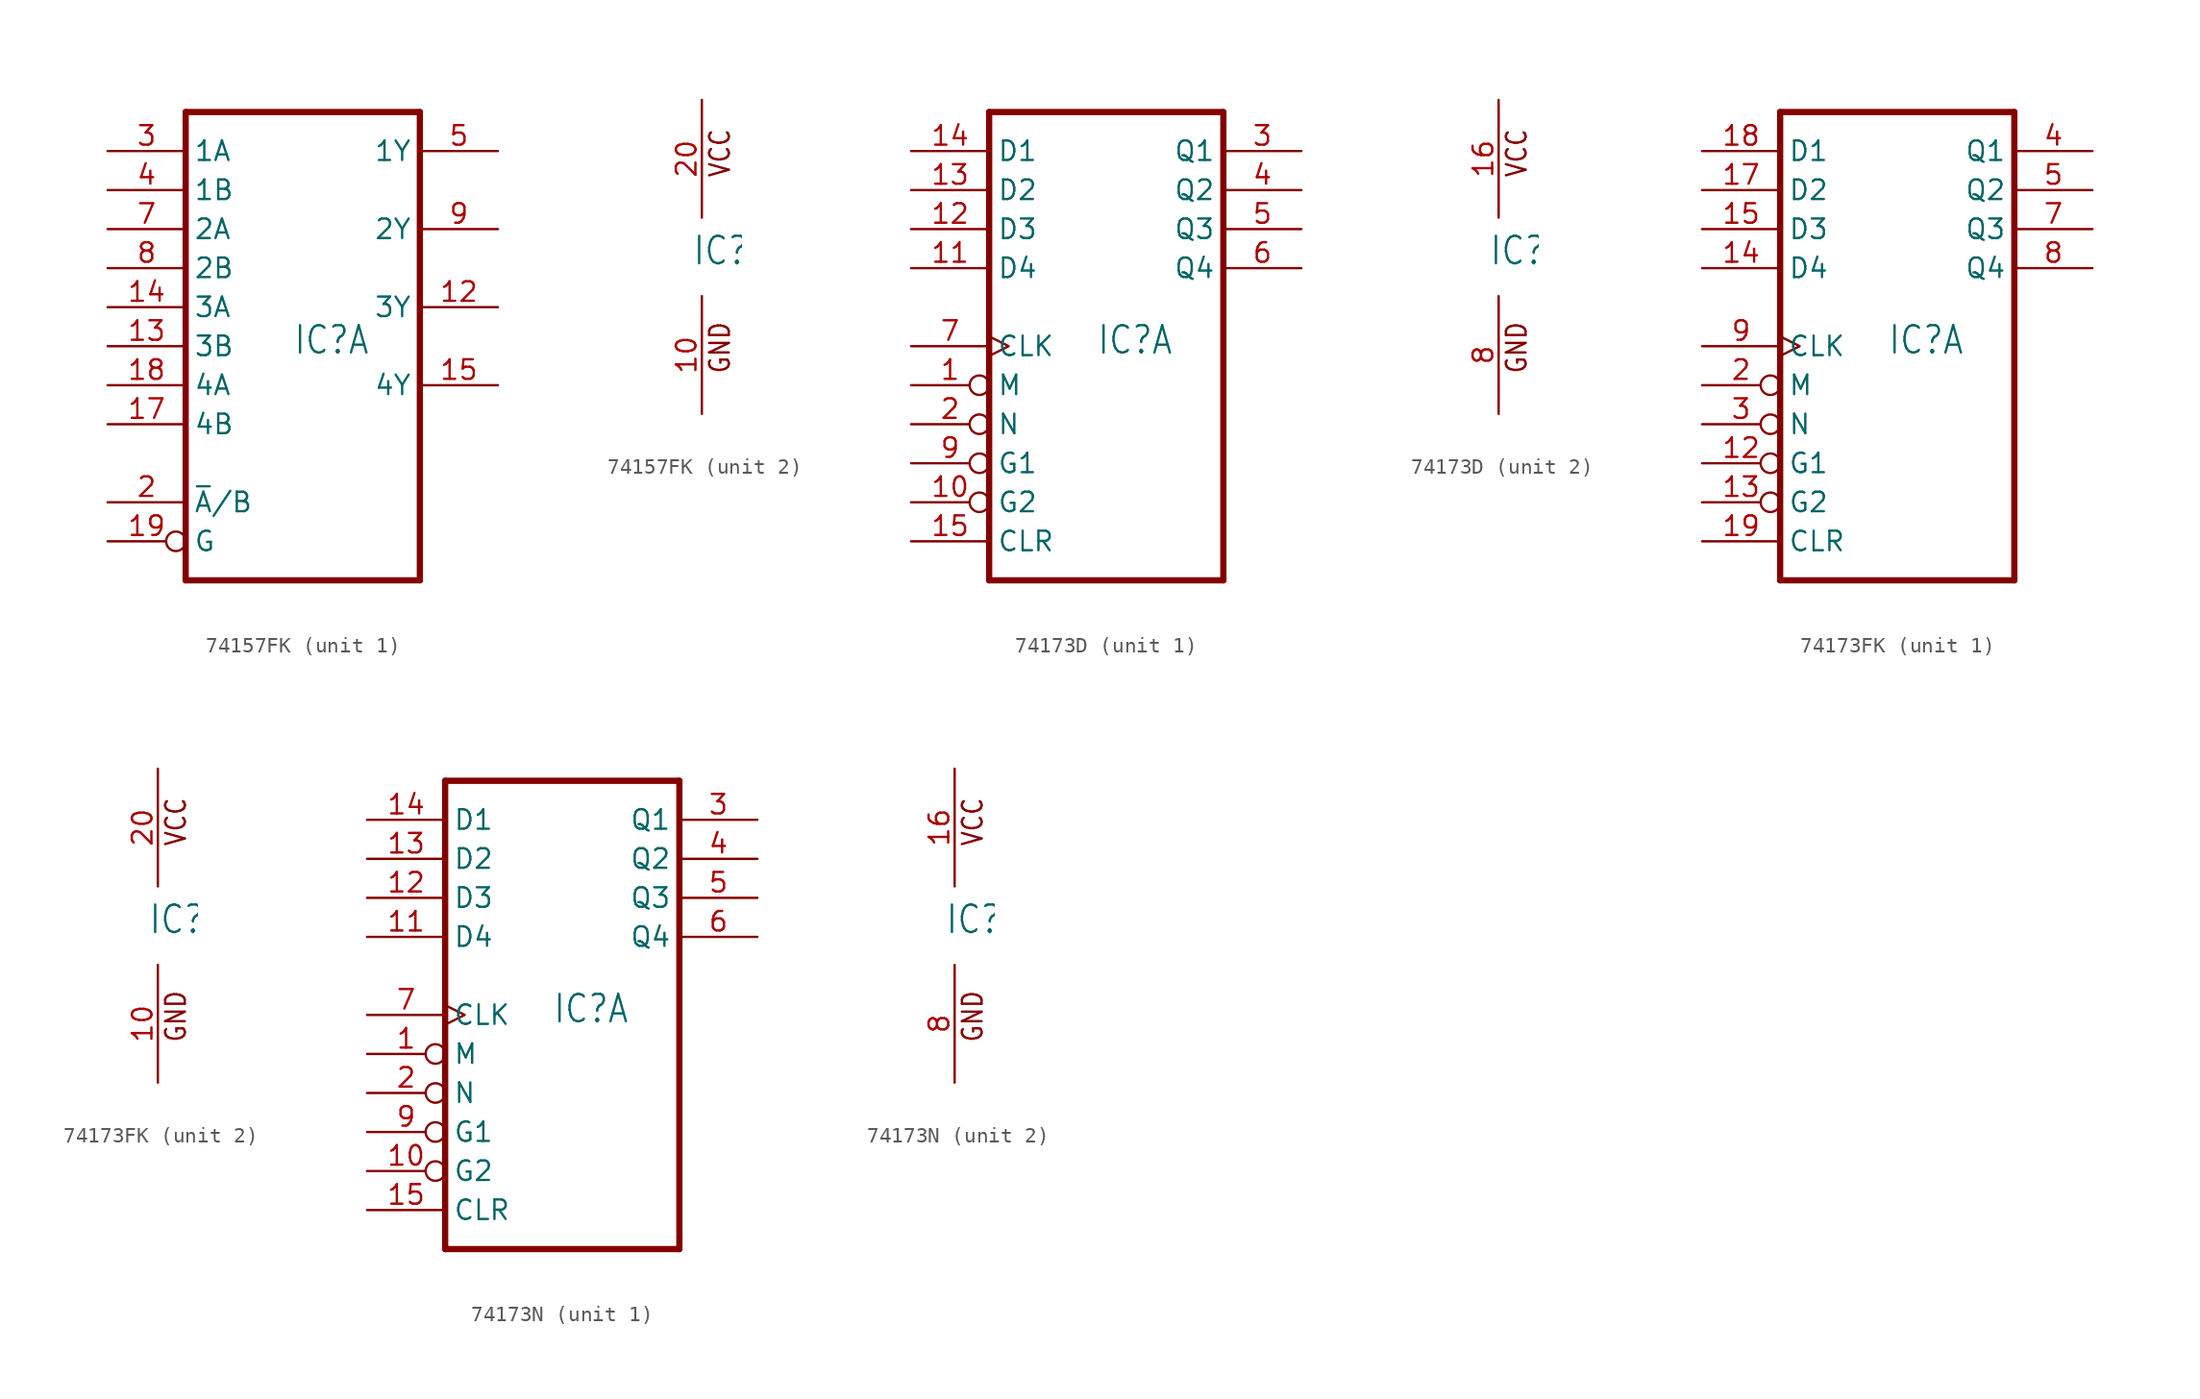
<source format=kicad_sym>
(kicad_symbol_lib
  (version 20220914)
  (generator kicad_symbol_editor)
  (symbol "74157FK"
    (property "Reference" "IC"
      (at -0.635 -0.635 0)
      (effects (font (size 1.778 1.511)) (justify left bottom)))
    (property "ki_locked" ""
      (at 0 0 0)
      (effects (font (size 1.27 1.27))))
    (symbol "74157FK_1_0"
      (polyline (pts (xy -7.62 -15.24) (xy 7.62 -15.24)) (stroke (width 0.406) (type solid)) (fill (type none)))
      (polyline (pts (xy -7.62 15.24) (xy -7.62 -15.24)) (stroke (width 0.406) (type solid)) (fill (type none)))
      (polyline (pts (xy 7.62 -15.24) (xy 7.62 15.24)) (stroke (width 0.406) (type solid)) (fill (type none)))
      (polyline (pts (xy 7.62 15.24) (xy -7.62 15.24)) (stroke (width 0.406) (type solid)) (fill (type none)))
      (pin output line (at 12.7 2.54 180) (length 5.08) (name "3Y" (effects (font (size 1.27 1.27)))) (number "12" (effects (font (size 1.27 1.27)))))
      (pin input line (at -12.7 0 0) (length 5.08) (name "3B" (effects (font (size 1.27 1.27)))) (number "13" (effects (font (size 1.27 1.27)))))
      (pin input line (at -12.7 2.54 0) (length 5.08) (name "3A" (effects (font (size 1.27 1.27)))) (number "14" (effects (font (size 1.27 1.27)))))
      (pin output line (at 12.7 -2.54 180) (length 5.08) (name "4Y" (effects (font (size 1.27 1.27)))) (number "15" (effects (font (size 1.27 1.27)))))
      (pin input line (at -12.7 -5.08 0) (length 5.08) (name "4B" (effects (font (size 1.27 1.27)))) (number "17" (effects (font (size 1.27 1.27)))))
      (pin input line (at -12.7 -2.54 0) (length 5.08) (name "4A" (effects (font (size 1.27 1.27)))) (number "18" (effects (font (size 1.27 1.27)))))
      (pin input inverted (at -12.7 -12.7 0) (length 5.08) (name "G" (effects (font (size 1.27 1.27)))) (number "19" (effects (font (size 1.27 1.27)))))
      (pin input line (at -12.7 -10.16 0) (length 5.08) (name "~{A}/B" (effects (font (size 1.27 1.27)))) (number "2" (effects (font (size 1.27 1.27)))))
      (pin input line (at -12.7 12.7 0) (length 5.08) (name "1A" (effects (font (size 1.27 1.27)))) (number "3" (effects (font (size 1.27 1.27)))))
      (pin input line (at -12.7 10.16 0) (length 5.08) (name "1B" (effects (font (size 1.27 1.27)))) (number "4" (effects (font (size 1.27 1.27)))))
      (pin output line (at 12.7 12.7 180) (length 5.08) (name "1Y" (effects (font (size 1.27 1.27)))) (number "5" (effects (font (size 1.27 1.27)))))
      (pin input line (at -12.7 7.62 0) (length 5.08) (name "2A" (effects (font (size 1.27 1.27)))) (number "7" (effects (font (size 1.27 1.27)))))
      (pin input line (at -12.7 5.08 0) (length 5.08) (name "2B" (effects (font (size 1.27 1.27)))) (number "8" (effects (font (size 1.27 1.27)))))
      (pin output line (at 12.7 7.62 180) (length 5.08) (name "2Y" (effects (font (size 1.27 1.27)))) (number "9" (effects (font (size 1.27 1.27))))))
    (symbol "74157FK_2_0"
      (text "GND" (at 1.905 -7.62 900) (effects (font (size 1.27 1.079)) (justify left bottom)))
      (text "VCC" (at 1.905 5.08 900) (effects (font (size 1.27 1.079)) (justify left bottom)))
      (pin power_in line (at 0 -10.16 90) (length 7.62) (name "GND" (effects (font (size 0 0)))) (number "10" (effects (font (size 1.27 1.27)))))
      (pin power_in line (at 0 10.16 270) (length 7.62) (name "VCC" (effects (font (size 0 0)))) (number "20" (effects (font (size 1.27 1.27)))))))
  (symbol "74173D"
    (property "Reference" "IC"
      (at -0.635 -0.635 0)
      (effects (font (size 1.778 1.511)) (justify left bottom)))
    (property "ki_locked" ""
      (at 0 0 0)
      (effects (font (size 1.27 1.27))))
    (symbol "74173D_1_0"
      (polyline (pts (xy -7.62 -15.24) (xy 7.62 -15.24)) (stroke (width 0.406) (type solid)) (fill (type none)))
      (polyline (pts (xy -7.62 15.24) (xy -7.62 -15.24)) (stroke (width 0.406) (type solid)) (fill (type none)))
      (polyline (pts (xy 7.62 -15.24) (xy 7.62 15.24)) (stroke (width 0.406) (type solid)) (fill (type none)))
      (polyline (pts (xy 7.62 15.24) (xy -7.62 15.24)) (stroke (width 0.406) (type solid)) (fill (type none)))
      (pin input inverted (at -12.7 -2.54 0) (length 5.08) (name "M" (effects (font (size 1.27 1.27)))) (number "1" (effects (font (size 1.27 1.27)))))
      (pin input inverted (at -12.7 -10.16 0) (length 5.08) (name "G2" (effects (font (size 1.27 1.27)))) (number "10" (effects (font (size 1.27 1.27)))))
      (pin input line (at -12.7 5.08 0) (length 5.08) (name "D4" (effects (font (size 1.27 1.27)))) (number "11" (effects (font (size 1.27 1.27)))))
      (pin input line (at -12.7 7.62 0) (length 5.08) (name "D3" (effects (font (size 1.27 1.27)))) (number "12" (effects (font (size 1.27 1.27)))))
      (pin input line (at -12.7 10.16 0) (length 5.08) (name "D2" (effects (font (size 1.27 1.27)))) (number "13" (effects (font (size 1.27 1.27)))))
      (pin input line (at -12.7 12.7 0) (length 5.08) (name "D1" (effects (font (size 1.27 1.27)))) (number "14" (effects (font (size 1.27 1.27)))))
      (pin input line (at -12.7 -12.7 0) (length 5.08) (name "CLR" (effects (font (size 1.27 1.27)))) (number "15" (effects (font (size 1.27 1.27)))))
      (pin input inverted (at -12.7 -5.08 0) (length 5.08) (name "N" (effects (font (size 1.27 1.27)))) (number "2" (effects (font (size 1.27 1.27)))))
      (pin tri_state line (at 12.7 12.7 180) (length 5.08) (name "Q1" (effects (font (size 1.27 1.27)))) (number "3" (effects (font (size 1.27 1.27)))))
      (pin tri_state line (at 12.7 10.16 180) (length 5.08) (name "Q2" (effects (font (size 1.27 1.27)))) (number "4" (effects (font (size 1.27 1.27)))))
      (pin tri_state line (at 12.7 7.62 180) (length 5.08) (name "Q3" (effects (font (size 1.27 1.27)))) (number "5" (effects (font (size 1.27 1.27)))))
      (pin tri_state line (at 12.7 5.08 180) (length 5.08) (name "Q4" (effects (font (size 1.27 1.27)))) (number "6" (effects (font (size 1.27 1.27)))))
      (pin input clock (at -12.7 0 0) (length 5.08) (name "CLK" (effects (font (size 1.27 1.27)))) (number "7" (effects (font (size 1.27 1.27)))))
      (pin input inverted (at -12.7 -7.62 0) (length 5.08) (name "G1" (effects (font (size 1.27 1.27)))) (number "9" (effects (font (size 1.27 1.27))))))
    (symbol "74173D_2_0"
      (text "GND" (at 1.905 -7.62 900) (effects (font (size 1.27 1.079)) (justify left bottom)))
      (text "VCC" (at 1.905 5.08 900) (effects (font (size 1.27 1.079)) (justify left bottom)))
      (pin power_in line (at 0 10.16 270) (length 7.62) (name "VCC" (effects (font (size 0 0)))) (number "16" (effects (font (size 1.27 1.27)))))
      (pin power_in line (at 0 -10.16 90) (length 7.62) (name "GND" (effects (font (size 0 0)))) (number "8" (effects (font (size 1.27 1.27)))))))
  (symbol "74173FK"
    (property "Reference" "IC"
      (at -0.635 -0.635 0)
      (effects (font (size 1.778 1.511)) (justify left bottom)))
    (property "ki_locked" ""
      (at 0 0 0)
      (effects (font (size 1.27 1.27))))
    (symbol "74173FK_1_0"
      (polyline (pts (xy -7.62 -15.24) (xy 7.62 -15.24)) (stroke (width 0.406) (type solid)) (fill (type none)))
      (polyline (pts (xy -7.62 15.24) (xy -7.62 -15.24)) (stroke (width 0.406) (type solid)) (fill (type none)))
      (polyline (pts (xy 7.62 -15.24) (xy 7.62 15.24)) (stroke (width 0.406) (type solid)) (fill (type none)))
      (polyline (pts (xy 7.62 15.24) (xy -7.62 15.24)) (stroke (width 0.406) (type solid)) (fill (type none)))
      (pin input inverted (at -12.7 -7.62 0) (length 5.08) (name "G1" (effects (font (size 1.27 1.27)))) (number "12" (effects (font (size 1.27 1.27)))))
      (pin input inverted (at -12.7 -10.16 0) (length 5.08) (name "G2" (effects (font (size 1.27 1.27)))) (number "13" (effects (font (size 1.27 1.27)))))
      (pin input line (at -12.7 5.08 0) (length 5.08) (name "D4" (effects (font (size 1.27 1.27)))) (number "14" (effects (font (size 1.27 1.27)))))
      (pin input line (at -12.7 7.62 0) (length 5.08) (name "D3" (effects (font (size 1.27 1.27)))) (number "15" (effects (font (size 1.27 1.27)))))
      (pin input line (at -12.7 10.16 0) (length 5.08) (name "D2" (effects (font (size 1.27 1.27)))) (number "17" (effects (font (size 1.27 1.27)))))
      (pin input line (at -12.7 12.7 0) (length 5.08) (name "D1" (effects (font (size 1.27 1.27)))) (number "18" (effects (font (size 1.27 1.27)))))
      (pin input line (at -12.7 -12.7 0) (length 5.08) (name "CLR" (effects (font (size 1.27 1.27)))) (number "19" (effects (font (size 1.27 1.27)))))
      (pin input inverted (at -12.7 -2.54 0) (length 5.08) (name "M" (effects (font (size 1.27 1.27)))) (number "2" (effects (font (size 1.27 1.27)))))
      (pin input inverted (at -12.7 -5.08 0) (length 5.08) (name "N" (effects (font (size 1.27 1.27)))) (number "3" (effects (font (size 1.27 1.27)))))
      (pin tri_state line (at 12.7 12.7 180) (length 5.08) (name "Q1" (effects (font (size 1.27 1.27)))) (number "4" (effects (font (size 1.27 1.27)))))
      (pin tri_state line (at 12.7 10.16 180) (length 5.08) (name "Q2" (effects (font (size 1.27 1.27)))) (number "5" (effects (font (size 1.27 1.27)))))
      (pin tri_state line (at 12.7 7.62 180) (length 5.08) (name "Q3" (effects (font (size 1.27 1.27)))) (number "7" (effects (font (size 1.27 1.27)))))
      (pin tri_state line (at 12.7 5.08 180) (length 5.08) (name "Q4" (effects (font (size 1.27 1.27)))) (number "8" (effects (font (size 1.27 1.27)))))
      (pin input clock (at -12.7 0 0) (length 5.08) (name "CLK" (effects (font (size 1.27 1.27)))) (number "9" (effects (font (size 1.27 1.27))))))
    (symbol "74173FK_2_0"
      (text "GND" (at 1.905 -7.62 900) (effects (font (size 1.27 1.079)) (justify left bottom)))
      (text "VCC" (at 1.905 5.08 900) (effects (font (size 1.27 1.079)) (justify left bottom)))
      (pin power_in line (at 0 -10.16 90) (length 7.62) (name "GND" (effects (font (size 0 0)))) (number "10" (effects (font (size 1.27 1.27)))))
      (pin power_in line (at 0 10.16 270) (length 7.62) (name "VCC" (effects (font (size 0 0)))) (number "20" (effects (font (size 1.27 1.27)))))))
  (symbol "74173N"
    (property "Reference" "IC"
      (at -0.635 -0.635 0)
      (effects (font (size 1.778 1.511)) (justify left bottom)))
    (property "ki_locked" ""
      (at 0 0 0)
      (effects (font (size 1.27 1.27))))
    (symbol "74173N_1_0"
      (polyline (pts (xy -7.62 -15.24) (xy 7.62 -15.24)) (stroke (width 0.406) (type solid)) (fill (type none)))
      (polyline (pts (xy -7.62 15.24) (xy -7.62 -15.24)) (stroke (width 0.406) (type solid)) (fill (type none)))
      (polyline (pts (xy 7.62 -15.24) (xy 7.62 15.24)) (stroke (width 0.406) (type solid)) (fill (type none)))
      (polyline (pts (xy 7.62 15.24) (xy -7.62 15.24)) (stroke (width 0.406) (type solid)) (fill (type none)))
      (pin input inverted (at -12.7 -2.54 0) (length 5.08) (name "M" (effects (font (size 1.27 1.27)))) (number "1" (effects (font (size 1.27 1.27)))))
      (pin input inverted (at -12.7 -10.16 0) (length 5.08) (name "G2" (effects (font (size 1.27 1.27)))) (number "10" (effects (font (size 1.27 1.27)))))
      (pin input line (at -12.7 5.08 0) (length 5.08) (name "D4" (effects (font (size 1.27 1.27)))) (number "11" (effects (font (size 1.27 1.27)))))
      (pin input line (at -12.7 7.62 0) (length 5.08) (name "D3" (effects (font (size 1.27 1.27)))) (number "12" (effects (font (size 1.27 1.27)))))
      (pin input line (at -12.7 10.16 0) (length 5.08) (name "D2" (effects (font (size 1.27 1.27)))) (number "13" (effects (font (size 1.27 1.27)))))
      (pin input line (at -12.7 12.7 0) (length 5.08) (name "D1" (effects (font (size 1.27 1.27)))) (number "14" (effects (font (size 1.27 1.27)))))
      (pin input line (at -12.7 -12.7 0) (length 5.08) (name "CLR" (effects (font (size 1.27 1.27)))) (number "15" (effects (font (size 1.27 1.27)))))
      (pin input inverted (at -12.7 -5.08 0) (length 5.08) (name "N" (effects (font (size 1.27 1.27)))) (number "2" (effects (font (size 1.27 1.27)))))
      (pin tri_state line (at 12.7 12.7 180) (length 5.08) (name "Q1" (effects (font (size 1.27 1.27)))) (number "3" (effects (font (size 1.27 1.27)))))
      (pin tri_state line (at 12.7 10.16 180) (length 5.08) (name "Q2" (effects (font (size 1.27 1.27)))) (number "4" (effects (font (size 1.27 1.27)))))
      (pin tri_state line (at 12.7 7.62 180) (length 5.08) (name "Q3" (effects (font (size 1.27 1.27)))) (number "5" (effects (font (size 1.27 1.27)))))
      (pin tri_state line (at 12.7 5.08 180) (length 5.08) (name "Q4" (effects (font (size 1.27 1.27)))) (number "6" (effects (font (size 1.27 1.27)))))
      (pin input clock (at -12.7 0 0) (length 5.08) (name "CLK" (effects (font (size 1.27 1.27)))) (number "7" (effects (font (size 1.27 1.27)))))
      (pin input inverted (at -12.7 -7.62 0) (length 5.08) (name "G1" (effects (font (size 1.27 1.27)))) (number "9" (effects (font (size 1.27 1.27))))))
    (symbol "74173N_2_0"
      (text "GND" (at 1.905 -7.62 900) (effects (font (size 1.27 1.079)) (justify left bottom)))
      (text "VCC" (at 1.905 5.08 900) (effects (font (size 1.27 1.079)) (justify left bottom)))
      (pin power_in line (at 0 10.16 270) (length 7.62) (name "VCC" (effects (font (size 0 0)))) (number "16" (effects (font (size 1.27 1.27)))))
      (pin power_in line (at 0 -10.16 90) (length 7.62) (name "GND" (effects (font (size 0 0)))) (number "8" (effects (font (size 1.27 1.27))))))))
</source>
